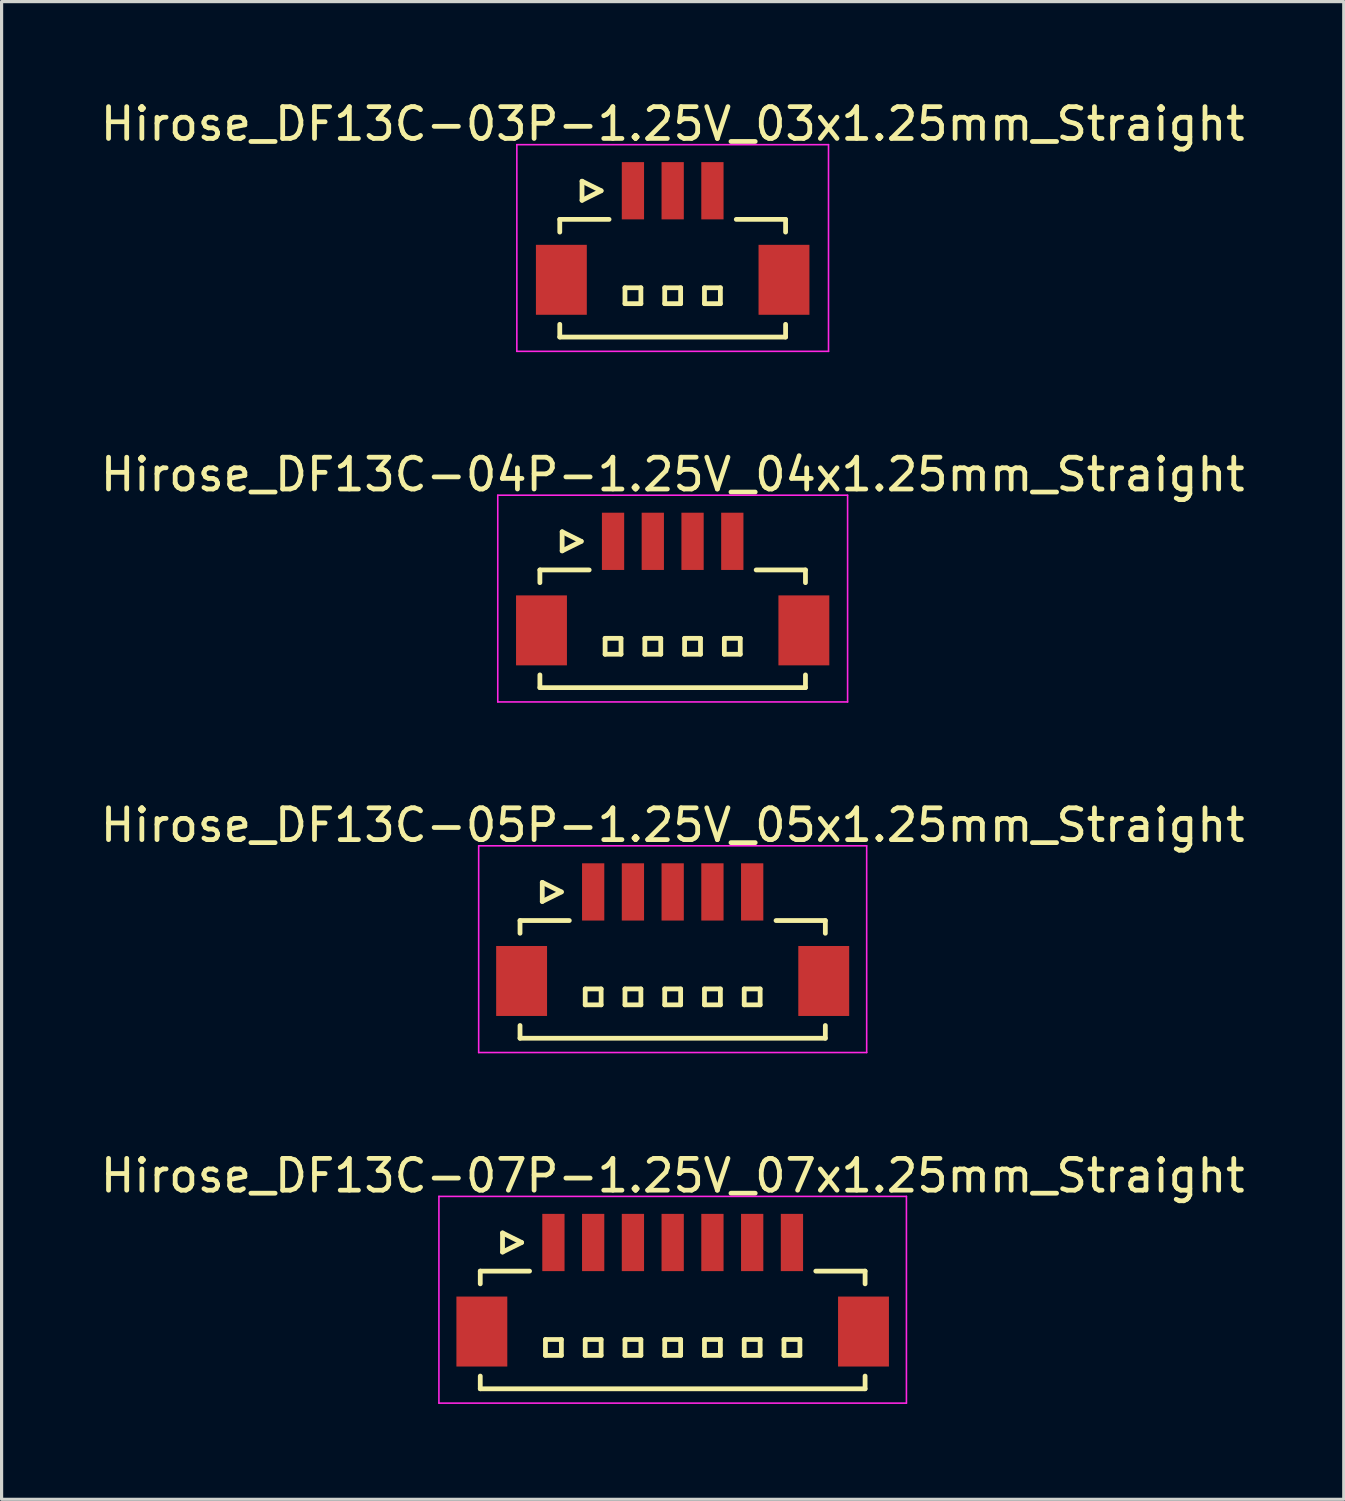
<source format=kicad_pcb>
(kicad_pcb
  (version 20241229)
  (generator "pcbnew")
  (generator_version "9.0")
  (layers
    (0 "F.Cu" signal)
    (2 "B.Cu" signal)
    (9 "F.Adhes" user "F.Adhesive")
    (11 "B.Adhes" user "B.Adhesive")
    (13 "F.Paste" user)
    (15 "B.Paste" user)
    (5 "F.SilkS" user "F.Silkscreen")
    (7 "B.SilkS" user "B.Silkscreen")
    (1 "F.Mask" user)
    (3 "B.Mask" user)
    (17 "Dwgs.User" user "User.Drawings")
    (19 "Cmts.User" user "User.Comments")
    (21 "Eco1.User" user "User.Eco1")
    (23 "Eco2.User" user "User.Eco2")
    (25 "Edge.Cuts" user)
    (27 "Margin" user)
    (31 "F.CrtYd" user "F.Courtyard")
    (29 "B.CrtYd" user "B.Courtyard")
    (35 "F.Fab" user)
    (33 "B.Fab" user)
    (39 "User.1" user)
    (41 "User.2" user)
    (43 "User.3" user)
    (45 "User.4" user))
  (footprint "Hirose_DF13C-07P-1.25V_07x1.25mm_Straight"
    (layer "F.Cu")
    (at 18.101 37.418)
    (property "Reference" "Hirose_DF13C-07P-1.25V_07x1.25mm_Straight" (at 0 -3.5 0) (layer "F.SilkS") (effects (font (size 1 1) (thickness 0.15))))
    (attr smd)
    (fp_line (start -6.05 -0.5) (end -6.05 -0.1) (stroke (width 0.15) (type solid)) (layer "F.SilkS"))
    (fp_line (start -6.05 -0.5) (end -4.5 -0.5) (stroke (width 0.15) (type solid)) (layer "F.SilkS"))
    (fp_line (start -6.05 3.2) (end -6.05 2.8) (stroke (width 0.15) (type solid)) (layer "F.SilkS"))
    (fp_line (start -6.05 3.2) (end 6.05 3.2) (stroke (width 0.15) (type solid)) (layer "F.SilkS"))
    (fp_line (start -5.35 -1.7) (end -5.35 -1.1) (stroke (width 0.15) (type solid)) (layer "F.SilkS"))
    (fp_line (start -5.35 -1.1) (end -4.75 -1.4) (stroke (width 0.15) (type solid)) (layer "F.SilkS"))
    (fp_line (start -4.75 -1.4) (end -5.35 -1.7) (stroke (width 0.15) (type solid)) (layer "F.SilkS"))
    (fp_line (start -4 1.65) (end -4 2.15) (stroke (width 0.15) (type solid)) (layer "F.SilkS"))
    (fp_line (start -4 2.15) (end -3.5 2.15) (stroke (width 0.15) (type solid)) (layer "F.SilkS"))
    (fp_line (start -3.5 1.65) (end -4 1.65) (stroke (width 0.15) (type solid)) (layer "F.SilkS"))
    (fp_line (start -3.5 2.15) (end -3.5 1.65) (stroke (width 0.15) (type solid)) (layer "F.SilkS"))
    (fp_line (start -2.75 1.65) (end -2.75 2.15) (stroke (width 0.15) (type solid)) (layer "F.SilkS"))
    (fp_line (start -2.75 2.15) (end -2.25 2.15) (stroke (width 0.15) (type solid)) (layer "F.SilkS"))
    (fp_line (start -2.25 1.65) (end -2.75 1.65) (stroke (width 0.15) (type solid)) (layer "F.SilkS"))
    (fp_line (start -2.25 2.15) (end -2.25 1.65) (stroke (width 0.15) (type solid)) (layer "F.SilkS"))
    (fp_line (start -1.5 1.65) (end -1.5 2.15) (stroke (width 0.15) (type solid)) (layer "F.SilkS"))
    (fp_line (start -1.5 2.15) (end -1 2.15) (stroke (width 0.15) (type solid)) (layer "F.SilkS"))
    (fp_line (start -1 1.65) (end -1.5 1.65) (stroke (width 0.15) (type solid)) (layer "F.SilkS"))
    (fp_line (start -1 2.15) (end -1 1.65) (stroke (width 0.15) (type solid)) (layer "F.SilkS"))
    (fp_line (start -0.25 1.65) (end -0.25 2.15) (stroke (width 0.15) (type solid)) (layer "F.SilkS"))
    (fp_line (start -0.25 2.15) (end 0.25 2.15) (stroke (width 0.15) (type solid)) (layer "F.SilkS"))
    (fp_line (start 0.25 1.65) (end -0.25 1.65) (stroke (width 0.15) (type solid)) (layer "F.SilkS"))
    (fp_line (start 0.25 2.15) (end 0.25 1.65) (stroke (width 0.15) (type solid)) (layer "F.SilkS"))
    (fp_line (start 1 1.65) (end 1 2.15) (stroke (width 0.15) (type solid)) (layer "F.SilkS"))
    (fp_line (start 1 2.15) (end 1.5 2.15) (stroke (width 0.15) (type solid)) (layer "F.SilkS"))
    (fp_line (start 1.5 1.65) (end 1 1.65) (stroke (width 0.15) (type solid)) (layer "F.SilkS"))
    (fp_line (start 1.5 2.15) (end 1.5 1.65) (stroke (width 0.15) (type solid)) (layer "F.SilkS"))
    (fp_line (start 2.25 1.65) (end 2.25 2.15) (stroke (width 0.15) (type solid)) (layer "F.SilkS"))
    (fp_line (start 2.25 2.15) (end 2.75 2.15) (stroke (width 0.15) (type solid)) (layer "F.SilkS"))
    (fp_line (start 2.75 1.65) (end 2.25 1.65) (stroke (width 0.15) (type solid)) (layer "F.SilkS"))
    (fp_line (start 2.75 2.15) (end 2.75 1.65) (stroke (width 0.15) (type solid)) (layer "F.SilkS"))
    (fp_line (start 3.5 1.65) (end 3.5 2.15) (stroke (width 0.15) (type solid)) (layer "F.SilkS"))
    (fp_line (start 3.5 2.15) (end 4 2.15) (stroke (width 0.15) (type solid)) (layer "F.SilkS"))
    (fp_line (start 4 1.65) (end 3.5 1.65) (stroke (width 0.15) (type solid)) (layer "F.SilkS"))
    (fp_line (start 4 2.15) (end 4 1.65) (stroke (width 0.15) (type solid)) (layer "F.SilkS"))
    (fp_line (start 6.05 -0.5) (end 4.5 -0.5) (stroke (width 0.15) (type solid)) (layer "F.SilkS"))
    (fp_line (start 6.05 -0.5) (end 6.05 -0.1) (stroke (width 0.15) (type solid)) (layer "F.SilkS"))
    (fp_line (start 6.05 3.2) (end 6.05 2.8) (stroke (width 0.15) (type solid)) (layer "F.SilkS"))
    (fp_line (start -7.35 -2.85) (end -7.35 3.65) (stroke (width 0.05) (type solid)) (layer "F.CrtYd"))
    (fp_line (start -7.35 3.65) (end 7.35 3.65) (stroke (width 0.05) (type solid)) (layer "F.CrtYd"))
    (fp_line (start 7.35 -2.85) (end -7.35 -2.85) (stroke (width 0.05) (type solid)) (layer "F.CrtYd"))
    (fp_line (start 7.35 3.65) (end 7.35 -2.85) (stroke (width 0.05) (type solid)) (layer "F.CrtYd"))
    (pad "" smd rect (at -6 1.4) (size 1.6 2.2) (layers "F.Cu" "F.Mask" "F.Paste"))
    (pad "" smd rect (at 6 1.4) (size 1.6 2.2) (layers "F.Cu" "F.Mask" "F.Paste"))
    (pad "1" smd rect (at -3.75 -1.4) (size 0.7 1.8) (layers "F.Cu" "F.Mask" "F.Paste"))
    (pad "2" smd rect (at -2.5 -1.4) (size 0.7 1.8) (layers "F.Cu" "F.Mask" "F.Paste"))
    (pad "3" smd rect (at -1.25 -1.4) (size 0.7 1.8) (layers "F.Cu" "F.Mask" "F.Paste"))
    (pad "4" smd rect (at 0 -1.4) (size 0.7 1.8) (layers "F.Cu" "F.Mask" "F.Paste"))
    (pad "5" smd rect (at 1.25 -1.4) (size 0.7 1.8) (layers "F.Cu" "F.Mask" "F.Paste"))
    (pad "6" smd rect (at 2.5 -1.4) (size 0.7 1.8) (layers "F.Cu" "F.Mask" "F.Paste"))
    (pad "7" smd rect (at 3.75 -1.4) (size 0.7 1.8) (layers "F.Cu" "F.Mask" "F.Paste")))
  (footprint "Hirose_DF13C-04P-1.25V_04x1.25mm_Straight"
    (layer "F.Cu")
    (at 18.101 15.371)
    (property "Reference" "Hirose_DF13C-04P-1.25V_04x1.25mm_Straight" (at 0 -3.5 0) (layer "F.SilkS") (effects (font (size 1 1) (thickness 0.15))))
    (attr smd)
    (fp_line (start -4.175 -0.5) (end -4.175 -0.1) (stroke (width 0.15) (type solid)) (layer "F.SilkS"))
    (fp_line (start -4.175 -0.5) (end -2.625 -0.5) (stroke (width 0.15) (type solid)) (layer "F.SilkS"))
    (fp_line (start -4.175 3.2) (end -4.175 2.8) (stroke (width 0.15) (type solid)) (layer "F.SilkS"))
    (fp_line (start -4.175 3.2) (end 4.175 3.2) (stroke (width 0.15) (type solid)) (layer "F.SilkS"))
    (fp_line (start -3.475 -1.7) (end -3.475 -1.1) (stroke (width 0.15) (type solid)) (layer "F.SilkS"))
    (fp_line (start -3.475 -1.1) (end -2.875 -1.4) (stroke (width 0.15) (type solid)) (layer "F.SilkS"))
    (fp_line (start -2.875 -1.4) (end -3.475 -1.7) (stroke (width 0.15) (type solid)) (layer "F.SilkS"))
    (fp_line (start -2.125 1.65) (end -2.125 2.15) (stroke (width 0.15) (type solid)) (layer "F.SilkS"))
    (fp_line (start -2.125 2.15) (end -1.625 2.15) (stroke (width 0.15) (type solid)) (layer "F.SilkS"))
    (fp_line (start -1.625 1.65) (end -2.125 1.65) (stroke (width 0.15) (type solid)) (layer "F.SilkS"))
    (fp_line (start -1.625 2.15) (end -1.625 1.65) (stroke (width 0.15) (type solid)) (layer "F.SilkS"))
    (fp_line (start -0.875 1.65) (end -0.875 2.15) (stroke (width 0.15) (type solid)) (layer "F.SilkS"))
    (fp_line (start -0.875 2.15) (end -0.375 2.15) (stroke (width 0.15) (type solid)) (layer "F.SilkS"))
    (fp_line (start -0.375 1.65) (end -0.875 1.65) (stroke (width 0.15) (type solid)) (layer "F.SilkS"))
    (fp_line (start -0.375 2.15) (end -0.375 1.65) (stroke (width 0.15) (type solid)) (layer "F.SilkS"))
    (fp_line (start 0.375 1.65) (end 0.375 2.15) (stroke (width 0.15) (type solid)) (layer "F.SilkS"))
    (fp_line (start 0.375 2.15) (end 0.875 2.15) (stroke (width 0.15) (type solid)) (layer "F.SilkS"))
    (fp_line (start 0.875 1.65) (end 0.375 1.65) (stroke (width 0.15) (type solid)) (layer "F.SilkS"))
    (fp_line (start 0.875 2.15) (end 0.875 1.65) (stroke (width 0.15) (type solid)) (layer "F.SilkS"))
    (fp_line (start 1.625 1.65) (end 1.625 2.15) (stroke (width 0.15) (type solid)) (layer "F.SilkS"))
    (fp_line (start 1.625 2.15) (end 2.125 2.15) (stroke (width 0.15) (type solid)) (layer "F.SilkS"))
    (fp_line (start 2.125 1.65) (end 1.625 1.65) (stroke (width 0.15) (type solid)) (layer "F.SilkS"))
    (fp_line (start 2.125 2.15) (end 2.125 1.65) (stroke (width 0.15) (type solid)) (layer "F.SilkS"))
    (fp_line (start 4.175 -0.5) (end 2.625 -0.5) (stroke (width 0.15) (type solid)) (layer "F.SilkS"))
    (fp_line (start 4.175 -0.5) (end 4.175 -0.1) (stroke (width 0.15) (type solid)) (layer "F.SilkS"))
    (fp_line (start 4.175 3.2) (end 4.175 2.8) (stroke (width 0.15) (type solid)) (layer "F.SilkS"))
    (fp_line (start -5.5 -2.85) (end -5.5 3.65) (stroke (width 0.05) (type solid)) (layer "F.CrtYd"))
    (fp_line (start -5.5 3.65) (end 5.5 3.65) (stroke (width 0.05) (type solid)) (layer "F.CrtYd"))
    (fp_line (start 5.5 -2.85) (end -5.5 -2.85) (stroke (width 0.05) (type solid)) (layer "F.CrtYd"))
    (fp_line (start 5.5 3.65) (end 5.5 -2.85) (stroke (width 0.05) (type solid)) (layer "F.CrtYd"))
    (pad "" smd rect (at -4.125 1.4) (size 1.6 2.2) (layers "F.Cu" "F.Mask" "F.Paste"))
    (pad "" smd rect (at 4.125 1.4) (size 1.6 2.2) (layers "F.Cu" "F.Mask" "F.Paste"))
    (pad "1" smd rect (at -1.875 -1.4) (size 0.7 1.8) (layers "F.Cu" "F.Mask" "F.Paste"))
    (pad "2" smd rect (at -0.625 -1.4) (size 0.7 1.8) (layers "F.Cu" "F.Mask" "F.Paste"))
    (pad "3" smd rect (at 0.625 -1.4) (size 0.7 1.8) (layers "F.Cu" "F.Mask" "F.Paste"))
    (pad "4" smd rect (at 1.875 -1.4) (size 0.7 1.8) (layers "F.Cu" "F.Mask" "F.Paste")))
  (footprint "Hirose_DF13C-05P-1.25V_05x1.25mm_Straight"
    (layer "F.Cu")
    (at 18.101 26.395)
    (property "Reference" "Hirose_DF13C-05P-1.25V_05x1.25mm_Straight" (at 0 -3.5 0) (layer "F.SilkS") (effects (font (size 1 1) (thickness 0.15))))
    (attr smd)
    (fp_line (start -4.8 -0.5) (end -4.8 -0.1) (stroke (width 0.15) (type solid)) (layer "F.SilkS"))
    (fp_line (start -4.8 -0.5) (end -3.25 -0.5) (stroke (width 0.15) (type solid)) (layer "F.SilkS"))
    (fp_line (start -4.8 3.2) (end -4.8 2.8) (stroke (width 0.15) (type solid)) (layer "F.SilkS"))
    (fp_line (start -4.8 3.2) (end 4.8 3.2) (stroke (width 0.15) (type solid)) (layer "F.SilkS"))
    (fp_line (start -4.1 -1.7) (end -4.1 -1.1) (stroke (width 0.15) (type solid)) (layer "F.SilkS"))
    (fp_line (start -4.1 -1.1) (end -3.5 -1.4) (stroke (width 0.15) (type solid)) (layer "F.SilkS"))
    (fp_line (start -3.5 -1.4) (end -4.1 -1.7) (stroke (width 0.15) (type solid)) (layer "F.SilkS"))
    (fp_line (start -2.75 1.65) (end -2.75 2.15) (stroke (width 0.15) (type solid)) (layer "F.SilkS"))
    (fp_line (start -2.75 2.15) (end -2.25 2.15) (stroke (width 0.15) (type solid)) (layer "F.SilkS"))
    (fp_line (start -2.25 1.65) (end -2.75 1.65) (stroke (width 0.15) (type solid)) (layer "F.SilkS"))
    (fp_line (start -2.25 2.15) (end -2.25 1.65) (stroke (width 0.15) (type solid)) (layer "F.SilkS"))
    (fp_line (start -1.5 1.65) (end -1.5 2.15) (stroke (width 0.15) (type solid)) (layer "F.SilkS"))
    (fp_line (start -1.5 2.15) (end -1 2.15) (stroke (width 0.15) (type solid)) (layer "F.SilkS"))
    (fp_line (start -1 1.65) (end -1.5 1.65) (stroke (width 0.15) (type solid)) (layer "F.SilkS"))
    (fp_line (start -1 2.15) (end -1 1.65) (stroke (width 0.15) (type solid)) (layer "F.SilkS"))
    (fp_line (start -0.25 1.65) (end -0.25 2.15) (stroke (width 0.15) (type solid)) (layer "F.SilkS"))
    (fp_line (start -0.25 2.15) (end 0.25 2.15) (stroke (width 0.15) (type solid)) (layer "F.SilkS"))
    (fp_line (start 0.25 1.65) (end -0.25 1.65) (stroke (width 0.15) (type solid)) (layer "F.SilkS"))
    (fp_line (start 0.25 2.15) (end 0.25 1.65) (stroke (width 0.15) (type solid)) (layer "F.SilkS"))
    (fp_line (start 1 1.65) (end 1 2.15) (stroke (width 0.15) (type solid)) (layer "F.SilkS"))
    (fp_line (start 1 2.15) (end 1.5 2.15) (stroke (width 0.15) (type solid)) (layer "F.SilkS"))
    (fp_line (start 1.5 1.65) (end 1 1.65) (stroke (width 0.15) (type solid)) (layer "F.SilkS"))
    (fp_line (start 1.5 2.15) (end 1.5 1.65) (stroke (width 0.15) (type solid)) (layer "F.SilkS"))
    (fp_line (start 2.25 1.65) (end 2.25 2.15) (stroke (width 0.15) (type solid)) (layer "F.SilkS"))
    (fp_line (start 2.25 2.15) (end 2.75 2.15) (stroke (width 0.15) (type solid)) (layer "F.SilkS"))
    (fp_line (start 2.75 1.65) (end 2.25 1.65) (stroke (width 0.15) (type solid)) (layer "F.SilkS"))
    (fp_line (start 2.75 2.15) (end 2.75 1.65) (stroke (width 0.15) (type solid)) (layer "F.SilkS"))
    (fp_line (start 4.8 -0.5) (end 3.25 -0.5) (stroke (width 0.15) (type solid)) (layer "F.SilkS"))
    (fp_line (start 4.8 -0.5) (end 4.8 -0.1) (stroke (width 0.15) (type solid)) (layer "F.SilkS"))
    (fp_line (start 4.8 3.2) (end 4.8 2.8) (stroke (width 0.15) (type solid)) (layer "F.SilkS"))
    (fp_line (start -6.1 -2.85) (end -6.1 3.65) (stroke (width 0.05) (type solid)) (layer "F.CrtYd"))
    (fp_line (start -6.1 3.65) (end 6.1 3.65) (stroke (width 0.05) (type solid)) (layer "F.CrtYd"))
    (fp_line (start 6.1 -2.85) (end -6.1 -2.85) (stroke (width 0.05) (type solid)) (layer "F.CrtYd"))
    (fp_line (start 6.1 3.65) (end 6.1 -2.85) (stroke (width 0.05) (type solid)) (layer "F.CrtYd"))
    (pad "" smd rect (at -4.75 1.4) (size 1.6 2.2) (layers "F.Cu" "F.Mask" "F.Paste"))
    (pad "" smd rect (at 4.75 1.4) (size 1.6 2.2) (layers "F.Cu" "F.Mask" "F.Paste"))
    (pad "1" smd rect (at -2.5 -1.4) (size 0.7 1.8) (layers "F.Cu" "F.Mask" "F.Paste"))
    (pad "2" smd rect (at -1.25 -1.4) (size 0.7 1.8) (layers "F.Cu" "F.Mask" "F.Paste"))
    (pad "3" smd rect (at 0 -1.4) (size 0.7 1.8) (layers "F.Cu" "F.Mask" "F.Paste"))
    (pad "4" smd rect (at 1.25 -1.4) (size 0.7 1.8) (layers "F.Cu" "F.Mask" "F.Paste"))
    (pad "5" smd rect (at 2.5 -1.4) (size 0.7 1.8) (layers "F.Cu" "F.Mask" "F.Paste")))
  (footprint "Hirose_DF13C-03P-1.25V_03x1.25mm_Straight"
    (layer "F.Cu")
    (at 18.101 4.348)
    (property "Reference" "Hirose_DF13C-03P-1.25V_03x1.25mm_Straight" (at 0 -3.5 0) (layer "F.SilkS") (effects (font (size 1 1) (thickness 0.15))))
    (attr smd)
    (fp_line (start -3.55 -0.5) (end -3.55 -0.1) (stroke (width 0.15) (type solid)) (layer "F.SilkS"))
    (fp_line (start -3.55 -0.5) (end -2 -0.5) (stroke (width 0.15) (type solid)) (layer "F.SilkS"))
    (fp_line (start -3.55 3.2) (end -3.55 2.8) (stroke (width 0.15) (type solid)) (layer "F.SilkS"))
    (fp_line (start -3.55 3.2) (end 3.55 3.2) (stroke (width 0.15) (type solid)) (layer "F.SilkS"))
    (fp_line (start -2.85 -1.7) (end -2.85 -1.1) (stroke (width 0.15) (type solid)) (layer "F.SilkS"))
    (fp_line (start -2.85 -1.1) (end -2.25 -1.4) (stroke (width 0.15) (type solid)) (layer "F.SilkS"))
    (fp_line (start -2.25 -1.4) (end -2.85 -1.7) (stroke (width 0.15) (type solid)) (layer "F.SilkS"))
    (fp_line (start -1.5 1.65) (end -1.5 2.15) (stroke (width 0.15) (type solid)) (layer "F.SilkS"))
    (fp_line (start -1.5 2.15) (end -1 2.15) (stroke (width 0.15) (type solid)) (layer "F.SilkS"))
    (fp_line (start -1 1.65) (end -1.5 1.65) (stroke (width 0.15) (type solid)) (layer "F.SilkS"))
    (fp_line (start -1 2.15) (end -1 1.65) (stroke (width 0.15) (type solid)) (layer "F.SilkS"))
    (fp_line (start -0.25 1.65) (end -0.25 2.15) (stroke (width 0.15) (type solid)) (layer "F.SilkS"))
    (fp_line (start -0.25 2.15) (end 0.25 2.15) (stroke (width 0.15) (type solid)) (layer "F.SilkS"))
    (fp_line (start 0.25 1.65) (end -0.25 1.65) (stroke (width 0.15) (type solid)) (layer "F.SilkS"))
    (fp_line (start 0.25 2.15) (end 0.25 1.65) (stroke (width 0.15) (type solid)) (layer "F.SilkS"))
    (fp_line (start 1 1.65) (end 1 2.15) (stroke (width 0.15) (type solid)) (layer "F.SilkS"))
    (fp_line (start 1 2.15) (end 1.5 2.15) (stroke (width 0.15) (type solid)) (layer "F.SilkS"))
    (fp_line (start 1.5 1.65) (end 1 1.65) (stroke (width 0.15) (type solid)) (layer "F.SilkS"))
    (fp_line (start 1.5 2.15) (end 1.5 1.65) (stroke (width 0.15) (type solid)) (layer "F.SilkS"))
    (fp_line (start 3.55 -0.5) (end 2 -0.5) (stroke (width 0.15) (type solid)) (layer "F.SilkS"))
    (fp_line (start 3.55 -0.5) (end 3.55 -0.1) (stroke (width 0.15) (type solid)) (layer "F.SilkS"))
    (fp_line (start 3.55 3.2) (end 3.55 2.8) (stroke (width 0.15) (type solid)) (layer "F.SilkS"))
    (fp_line (start -4.9 -2.85) (end -4.9 3.65) (stroke (width 0.05) (type solid)) (layer "F.CrtYd"))
    (fp_line (start -4.9 3.65) (end 4.9 3.65) (stroke (width 0.05) (type solid)) (layer "F.CrtYd"))
    (fp_line (start 4.9 -2.85) (end -4.9 -2.85) (stroke (width 0.05) (type solid)) (layer "F.CrtYd"))
    (fp_line (start 4.9 3.65) (end 4.9 -2.85) (stroke (width 0.05) (type solid)) (layer "F.CrtYd"))
    (pad "" smd rect (at -3.5 1.4) (size 1.6 2.2) (layers "F.Cu" "F.Mask" "F.Paste"))
    (pad "" smd rect (at 3.5 1.4) (size 1.6 2.2) (layers "F.Cu" "F.Mask" "F.Paste"))
    (pad "1" smd rect (at -1.25 -1.4) (size 0.7 1.8) (layers "F.Cu" "F.Mask" "F.Paste"))
    (pad "2" smd rect (at 0 -1.4) (size 0.7 1.8) (layers "F.Cu" "F.Mask" "F.Paste"))
    (pad "3" smd rect (at 1.25 -1.4) (size 0.7 1.8) (layers "F.Cu" "F.Mask" "F.Paste")))
  (gr_rect
    (start -3 -3)
    (end 39.202 44.093)
    (stroke (width 0.1) (type default))
    (fill no)
    (layer "Edge.Cuts")))
</source>
